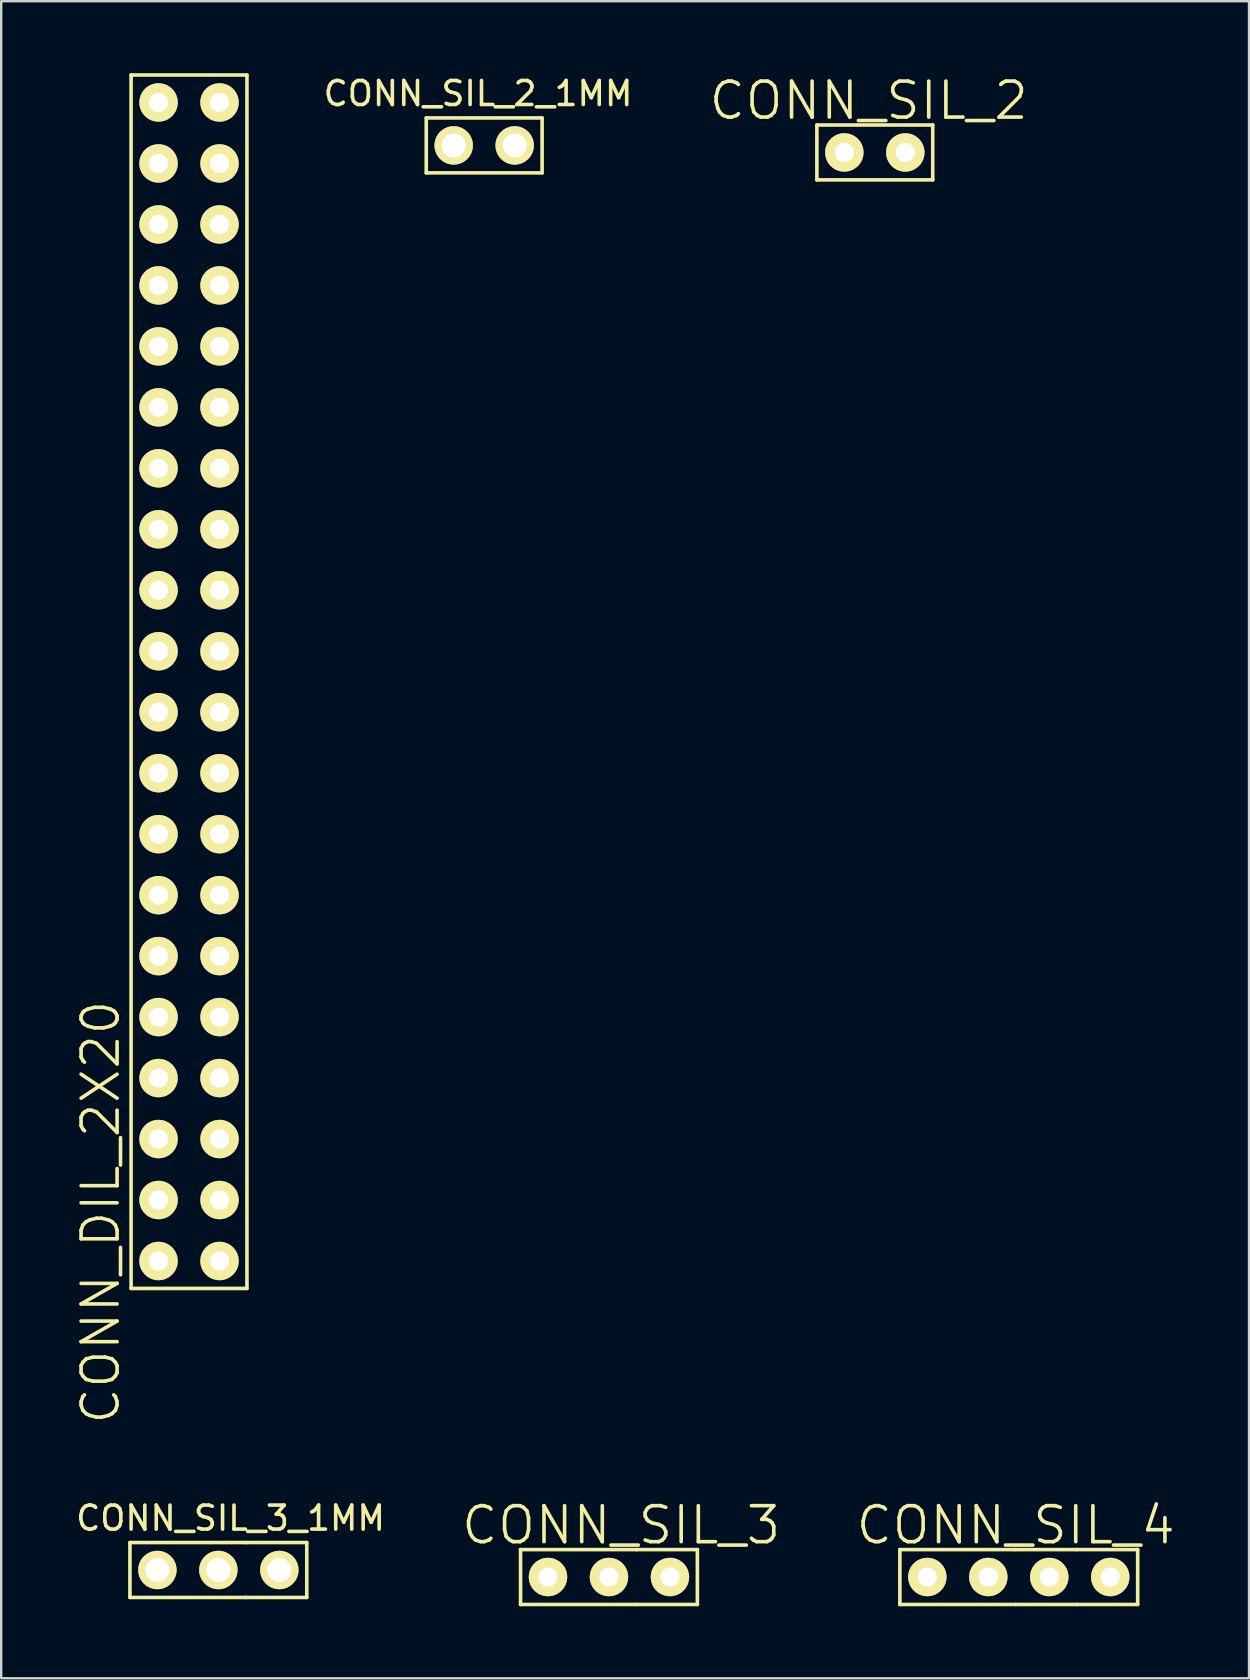
<source format=kicad_pcb>
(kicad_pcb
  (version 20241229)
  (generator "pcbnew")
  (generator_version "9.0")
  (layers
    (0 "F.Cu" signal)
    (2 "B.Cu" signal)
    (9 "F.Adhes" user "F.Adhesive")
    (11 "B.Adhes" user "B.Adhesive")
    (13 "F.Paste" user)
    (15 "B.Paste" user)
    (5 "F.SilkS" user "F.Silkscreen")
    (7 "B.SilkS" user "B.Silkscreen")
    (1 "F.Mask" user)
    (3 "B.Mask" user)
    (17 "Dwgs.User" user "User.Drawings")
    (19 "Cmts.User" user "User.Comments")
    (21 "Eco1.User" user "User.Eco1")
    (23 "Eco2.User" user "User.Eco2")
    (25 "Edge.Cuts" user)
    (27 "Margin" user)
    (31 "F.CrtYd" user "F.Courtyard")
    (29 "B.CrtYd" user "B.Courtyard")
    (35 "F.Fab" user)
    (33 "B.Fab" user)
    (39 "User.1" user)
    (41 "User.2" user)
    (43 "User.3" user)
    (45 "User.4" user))
  (footprint "CONN_DIL_2X20"
    (layer "F.Cu")
    (at 4.824 25.348)
    (property "Reference" "CONN_DIL_2X20" (at -3.683 22.098 90) (layer "F.SilkS") (effects (font (size 1.5 1.5) (thickness 0.15))))
    (attr through_hole)
    (fp_line (start -2.413 -25.273) (end 2.413 -25.273) (stroke (width 0.15) (type solid)) (layer "F.SilkS"))
    (fp_line (start -2.413 25.273) (end -2.413 -25.273) (stroke (width 0.15) (type solid)) (layer "F.SilkS"))
    (fp_line (start 2.413 -25.273) (end 2.413 25.273) (stroke (width 0.15) (type solid)) (layer "F.SilkS"))
    (fp_line (start 2.413 25.273) (end -2.413 25.273) (stroke (width 0.15) (type solid)) (layer "F.SilkS"))
    (pad "1" thru_hole circle (at -1.27 -24.13) (size 1.6 1.6) (drill 0.8) (layers "*.Cu" "*.Mask" "F.SilkS"))
    (pad "2" thru_hole circle (at 1.27 -24.13) (size 1.6 1.6) (drill 0.8) (layers "*.Cu" "*.Mask" "F.SilkS"))
    (pad "3" thru_hole circle (at -1.27 -21.59) (size 1.6 1.6) (drill 0.8) (layers "*.Cu" "*.Mask" "F.SilkS"))
    (pad "4" thru_hole circle (at 1.27 -21.59) (size 1.6 1.6) (drill 0.8) (layers "*.Cu" "*.Mask" "F.SilkS"))
    (pad "5" thru_hole circle (at -1.27 -19.05) (size 1.6 1.6) (drill 0.8) (layers "*.Cu" "*.Mask" "F.SilkS"))
    (pad "6" thru_hole circle (at 1.27 -19.05) (size 1.6 1.6) (drill 0.8) (layers "*.Cu" "*.Mask" "F.SilkS"))
    (pad "7" thru_hole circle (at -1.27 -16.51) (size 1.6 1.6) (drill 0.8) (layers "*.Cu" "*.Mask" "F.SilkS"))
    (pad "8" thru_hole circle (at 1.27 -16.51) (size 1.6 1.6) (drill 0.8) (layers "*.Cu" "*.Mask" "F.SilkS"))
    (pad "9" thru_hole circle (at -1.27 -13.97) (size 1.6 1.6) (drill 0.8) (layers "*.Cu" "*.Mask" "F.SilkS"))
    (pad "10" thru_hole circle (at 1.27 -13.97) (size 1.6 1.6) (drill 0.8) (layers "*.Cu" "*.Mask" "F.SilkS"))
    (pad "11" thru_hole circle (at -1.27 -11.43) (size 1.6 1.6) (drill 0.8) (layers "*.Cu" "*.Mask" "F.SilkS"))
    (pad "12" thru_hole circle (at 1.27 -11.43) (size 1.6 1.6) (drill 0.8) (layers "*.Cu" "*.Mask" "F.SilkS"))
    (pad "13" thru_hole circle (at -1.27 -8.89) (size 1.6 1.6) (drill 0.8) (layers "*.Cu" "*.Mask" "F.SilkS"))
    (pad "14" thru_hole circle (at 1.27 -8.89) (size 1.6 1.6) (drill 0.8) (layers "*.Cu" "*.Mask" "F.SilkS"))
    (pad "15" thru_hole circle (at -1.27 -6.35) (size 1.6 1.6) (drill 0.8) (layers "*.Cu" "*.Mask" "F.SilkS"))
    (pad "16" thru_hole circle (at 1.27 -6.35) (size 1.6 1.6) (drill 0.8) (layers "*.Cu" "*.Mask" "F.SilkS"))
    (pad "17" thru_hole circle (at -1.27 -3.81) (size 1.6 1.6) (drill 0.8) (layers "*.Cu" "*.Mask" "F.SilkS"))
    (pad "18" thru_hole circle (at 1.27 -3.81) (size 1.6 1.6) (drill 0.8) (layers "*.Cu" "*.Mask" "F.SilkS"))
    (pad "19" thru_hole circle (at -1.27 -1.27) (size 1.6 1.6) (drill 0.8) (layers "*.Cu" "*.Mask" "F.SilkS"))
    (pad "20" thru_hole circle (at 1.27 -1.27) (size 1.6 1.6) (drill 0.8) (layers "*.Cu" "*.Mask" "F.SilkS"))
    (pad "21" thru_hole circle (at -1.27 1.27) (size 1.6 1.6) (drill 0.8) (layers "*.Cu" "*.Mask" "F.SilkS"))
    (pad "22" thru_hole circle (at 1.27 1.27) (size 1.6 1.6) (drill 0.8) (layers "*.Cu" "*.Mask" "F.SilkS"))
    (pad "23" thru_hole circle (at -1.27 3.81) (size 1.6 1.6) (drill 0.8) (layers "*.Cu" "*.Mask" "F.SilkS"))
    (pad "24" thru_hole circle (at 1.27 3.81) (size 1.6 1.6) (drill 0.8) (layers "*.Cu" "*.Mask" "F.SilkS"))
    (pad "25" thru_hole circle (at -1.27 6.35) (size 1.6 1.6) (drill 0.8) (layers "*.Cu" "*.Mask" "F.SilkS"))
    (pad "26" thru_hole circle (at 1.27 6.35) (size 1.6 1.6) (drill 0.8) (layers "*.Cu" "*.Mask" "F.SilkS"))
    (pad "27" thru_hole circle (at -1.27 8.89) (size 1.6 1.6) (drill 0.8) (layers "*.Cu" "*.Mask" "F.SilkS"))
    (pad "28" thru_hole circle (at 1.27 8.89) (size 1.6 1.6) (drill 0.8) (layers "*.Cu" "*.Mask" "F.SilkS"))
    (pad "29" thru_hole circle (at -1.27 11.43) (size 1.6 1.6) (drill 0.8) (layers "*.Cu" "*.Mask" "F.SilkS"))
    (pad "30" thru_hole circle (at 1.27 11.43) (size 1.6 1.6) (drill 0.8) (layers "*.Cu" "*.Mask" "F.SilkS"))
    (pad "31" thru_hole circle (at -1.27 13.97) (size 1.6 1.6) (drill 0.8) (layers "*.Cu" "*.Mask" "F.SilkS"))
    (pad "32" thru_hole circle (at 1.27 13.97) (size 1.6 1.6) (drill 0.8) (layers "*.Cu" "*.Mask" "F.SilkS"))
    (pad "33" thru_hole circle (at -1.27 16.51) (size 1.6 1.6) (drill 0.8) (layers "*.Cu" "*.Mask" "F.SilkS"))
    (pad "34" thru_hole circle (at 1.27 16.51) (size 1.6 1.6) (drill 0.8) (layers "*.Cu" "*.Mask" "F.SilkS"))
    (pad "35" thru_hole circle (at -1.27 19.05) (size 1.6 1.6) (drill 0.8) (layers "*.Cu" "*.Mask" "F.SilkS"))
    (pad "36" thru_hole circle (at 1.27 19.05) (size 1.6 1.6) (drill 0.8) (layers "*.Cu" "*.Mask" "F.SilkS"))
    (pad "37" thru_hole circle (at -1.27 21.59) (size 1.6 1.6) (drill 0.8) (layers "*.Cu" "*.Mask" "F.SilkS"))
    (pad "38" thru_hole circle (at 1.27 21.59) (size 1.6 1.6) (drill 0.8) (layers "*.Cu" "*.Mask" "F.SilkS"))
    (pad "39" thru_hole circle (at -1.27 24.13) (size 1.6 1.6) (drill 0.8) (layers "*.Cu" "*.Mask" "F.SilkS"))
    (pad "40" thru_hole circle (at 1.27 24.13) (size 1.6 1.6) (drill 0.8) (layers "*.Cu" "*.Mask" "F.SilkS")))
  (footprint "CONN_SIL_3_1MM"
    (layer "F.Cu")
    (at 3.506 62.35)
    (property "Reference" "CONN_SIL_3_1MM" (at 3.048 -2.159 0) (layer "F.SilkS") (effects (font (size 1 1) (thickness 0.15))))
    (attr through_hole)
    (fp_line (start -1.143 -1.143) (end -1.143 1.143) (stroke (width 0.15) (type solid)) (layer "F.SilkS"))
    (fp_line (start -1.143 -1.143) (end 3.683 -1.143) (stroke (width 0.15) (type solid)) (layer "F.SilkS"))
    (fp_line (start 3.683 -1.143) (end 6.223 -1.143) (stroke (width 0.15) (type solid)) (layer "F.SilkS"))
    (fp_line (start 3.683 1.143) (end -1.143 1.143) (stroke (width 0.15) (type solid)) (layer "F.SilkS"))
    (fp_line (start 3.683 1.143) (end 6.223 1.143) (stroke (width 0.15) (type solid)) (layer "F.SilkS"))
    (fp_line (start 6.223 -1.143) (end 6.223 1.143) (stroke (width 0.15) (type solid)) (layer "F.SilkS"))
    (pad "1" thru_hole circle (at 0 0) (size 1.6 1.6) (drill 1) (layers "*.Cu" "*.Mask" "F.SilkS"))
    (pad "2" thru_hole circle (at 2.54 0) (size 1.6 1.6) (drill 1) (layers "*.Cu" "*.Mask" "F.SilkS"))
    (pad "3" thru_hole circle (at 5.08 0) (size 1.6 1.6) (drill 1) (layers "*.Cu" "*.Mask" "F.SilkS")))
  (footprint "CONN_SIL_3"
    (layer "F.Cu")
    (at 19.777 62.642)
    (property "Reference" "CONN_SIL_3" (at 3.048 -2.159 0) (layer "F.SilkS") (effects (font (size 1.5 1.5) (thickness 0.15))))
    (attr through_hole)
    (fp_line (start -1.143 -1.143) (end -1.143 1.143) (stroke (width 0.15) (type solid)) (layer "F.SilkS"))
    (fp_line (start -1.143 -1.143) (end 3.683 -1.143) (stroke (width 0.15) (type solid)) (layer "F.SilkS"))
    (fp_line (start 3.683 -1.143) (end 6.223 -1.143) (stroke (width 0.15) (type solid)) (layer "F.SilkS"))
    (fp_line (start 3.683 1.143) (end -1.143 1.143) (stroke (width 0.15) (type solid)) (layer "F.SilkS"))
    (fp_line (start 3.683 1.143) (end 6.223 1.143) (stroke (width 0.15) (type solid)) (layer "F.SilkS"))
    (fp_line (start 6.223 -1.143) (end 6.223 1.143) (stroke (width 0.15) (type solid)) (layer "F.SilkS"))
    (pad "1" thru_hole circle (at 0 0) (size 1.6 1.6) (drill 0.8) (layers "*.Cu" "*.Mask" "F.SilkS"))
    (pad "2" thru_hole circle (at 2.54 0) (size 1.6 1.6) (drill 0.8) (layers "*.Cu" "*.Mask" "F.SilkS"))
    (pad "3" thru_hole circle (at 5.08 0) (size 1.6 1.6) (drill 0.8) (layers "*.Cu" "*.Mask" "F.SilkS")))
  (footprint "CONN_SIL_4"
    (layer "F.Cu")
    (at 35.578 62.642)
    (property "Reference" "CONN_SIL_4" (at 3.683 -2.159 0) (layer "F.SilkS") (effects (font (size 1.5 1.5) (thickness 0.15))))
    (attr through_hole)
    (fp_line (start -1.143 -1.143) (end -1.143 1.143) (stroke (width 0.15) (type solid)) (layer "F.SilkS"))
    (fp_line (start -1.143 -1.143) (end 3.683 -1.143) (stroke (width 0.15) (type solid)) (layer "F.SilkS"))
    (fp_line (start 3.683 -1.143) (end 6.223 -1.143) (stroke (width 0.15) (type solid)) (layer "F.SilkS"))
    (fp_line (start 3.683 1.143) (end -1.143 1.143) (stroke (width 0.15) (type solid)) (layer "F.SilkS"))
    (fp_line (start 3.683 1.143) (end 6.223 1.143) (stroke (width 0.15) (type solid)) (layer "F.SilkS"))
    (fp_line (start 6.223 -1.143) (end 8.763 -1.143) (stroke (width 0.15) (type solid)) (layer "F.SilkS"))
    (fp_line (start 6.223 1.143) (end 8.763 1.143) (stroke (width 0.15) (type solid)) (layer "F.SilkS"))
    (fp_line (start 8.763 -1.143) (end 8.763 1.143) (stroke (width 0.15) (type solid)) (layer "F.SilkS"))
    (pad "1" thru_hole circle (at 0 0) (size 1.6 1.6) (drill 0.8) (layers "*.Cu" "*.Mask" "F.SilkS"))
    (pad "2" thru_hole circle (at 2.54 0) (size 1.6 1.6) (drill 0.8) (layers "*.Cu" "*.Mask" "F.SilkS"))
    (pad "3" thru_hole circle (at 5.08 0) (size 1.6 1.6) (drill 0.8) (layers "*.Cu" "*.Mask" "F.SilkS"))
    (pad "4" thru_hole circle (at 7.62 0) (size 1.6 1.6) (drill 0.8) (layers "*.Cu" "*.Mask" "F.SilkS")))
  (footprint "CONN_SIL_2"
    (layer "F.Cu")
    (at 32.121 3.3)
    (property "Reference" "CONN_SIL_2" (at 1.016 -2.159 0) (layer "F.SilkS") (effects (font (size 1.5 1.5) (thickness 0.15))))
    (attr through_hole)
    (fp_line (start -1.143 -1.143) (end -1.143 1.143) (stroke (width 0.15) (type solid)) (layer "F.SilkS"))
    (fp_line (start -1.143 -1.143) (end 3.683 -1.143) (stroke (width 0.15) (type solid)) (layer "F.SilkS"))
    (fp_line (start 3.683 -1.143) (end 3.683 1.143) (stroke (width 0.15) (type solid)) (layer "F.SilkS"))
    (fp_line (start 3.683 1.143) (end -1.143 1.143) (stroke (width 0.15) (type solid)) (layer "F.SilkS"))
    (pad "1" thru_hole circle (at 0 0) (size 1.6 1.6) (drill 0.8) (layers "*.Cu" "*.Mask" "F.SilkS"))
    (pad "2" thru_hole circle (at 2.54 0) (size 1.6 1.6) (drill 0.8) (layers "*.Cu" "*.Mask" "F.SilkS")))
  (footprint "CONN_SIL_2_1MM"
    (layer "F.Cu")
    (at 15.849 3.007)
    (property "Reference" "CONN_SIL_2_1MM" (at 1.016 -2.159 0) (layer "F.SilkS") (effects (font (size 1 1) (thickness 0.15))))
    (attr through_hole)
    (fp_line (start -1.143 -1.143) (end -1.143 1.143) (stroke (width 0.15) (type solid)) (layer "F.SilkS"))
    (fp_line (start -1.143 -1.143) (end 3.683 -1.143) (stroke (width 0.15) (type solid)) (layer "F.SilkS"))
    (fp_line (start 3.683 -1.143) (end 3.683 1.143) (stroke (width 0.15) (type solid)) (layer "F.SilkS"))
    (fp_line (start 3.683 1.143) (end -1.143 1.143) (stroke (width 0.15) (type solid)) (layer "F.SilkS"))
    (pad "1" thru_hole circle (at 0 0) (size 1.6 1.6) (drill 1) (layers "*.Cu" "*.Mask" "F.SilkS"))
    (pad "2" thru_hole circle (at 2.54 0) (size 1.6 1.6) (drill 1) (layers "*.Cu" "*.Mask" "F.SilkS")))
  (gr_rect
    (start -3 -3)
    (end 48.979 66.86)
    (stroke (width 0.1) (type default))
    (fill no)
    (layer "Edge.Cuts")))
</source>
